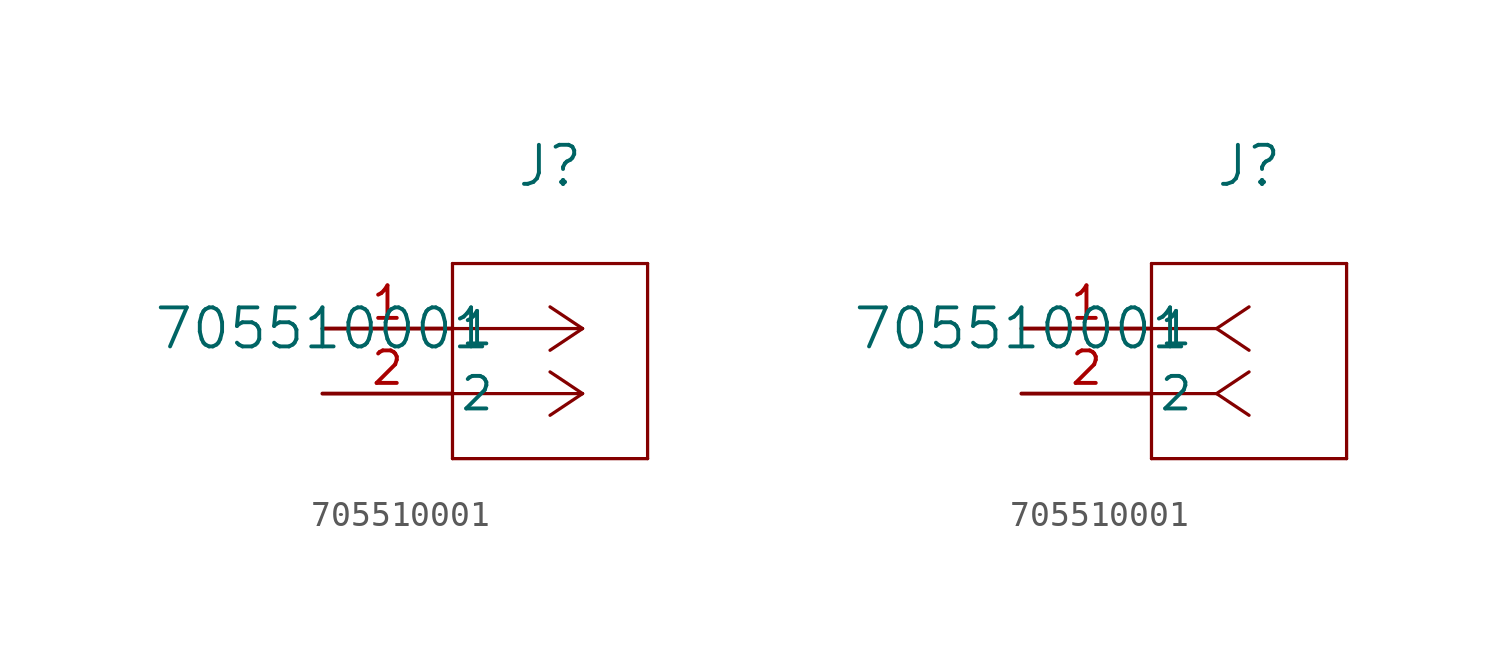
<source format=kicad_sym>
(kicad_symbol_lib
  (version 20211014)
  (generator kicad_symbol_editor)
  (symbol "705510001"
    (pin_names
      (offset 0.254))
    (property "Reference" "J"
      (at 8.89 6.35 0)
      (effects (font (size 1.524 1.524))))
    (property "Value" "705510001"
      (at 0 0 0)
      (effects (font (size 1.524 1.524))))
    (symbol "705510001_1_1"
      (polyline (pts (xy 10.16 0) (xy 5.08 0)) (stroke (width 0.127) (type default) (color 0 0 0 0)) (fill (type none)))
      (polyline (pts (xy 10.16 -2.54) (xy 5.08 -2.54)) (stroke (width 0.127) (type default) (color 0 0 0 0)) (fill (type none)))
      (polyline (pts (xy 10.16 0) (xy 8.89 0.847)) (stroke (width 0.127) (type default) (color 0 0 0 0)) (fill (type none)))
      (polyline (pts (xy 10.16 -2.54) (xy 8.89 -1.693)) (stroke (width 0.127) (type default) (color 0 0 0 0)) (fill (type none)))
      (polyline (pts (xy 10.16 0) (xy 8.89 -0.847)) (stroke (width 0.127) (type default) (color 0 0 0 0)) (fill (type none)))
      (polyline (pts (xy 10.16 -2.54) (xy 8.89 -3.387)) (stroke (width 0.127) (type default) (color 0 0 0 0)) (fill (type none)))
      (polyline (pts (xy 5.08 2.54) (xy 5.08 -5.08)) (stroke (width 0.127) (type default) (color 0 0 0 0)) (fill (type none)))
      (polyline (pts (xy 5.08 -5.08) (xy 12.7 -5.08)) (stroke (width 0.127) (type default) (color 0 0 0 0)) (fill (type none)))
      (polyline (pts (xy 12.7 -5.08) (xy 12.7 2.54)) (stroke (width 0.127) (type default) (color 0 0 0 0)) (fill (type none)))
      (polyline (pts (xy 12.7 2.54) (xy 5.08 2.54)) (stroke (width 0.127) (type default) (color 0 0 0 0)) (fill (type none)))
      (pin unspecified line (at 0 0 0) (length 5.08) (name "1" (effects (font (size 1.27 1.27)))) (number "1" (effects (font (size 1.27 1.27)))))
      (pin unspecified line (at 0 -2.54 0) (length 5.08) (name "2" (effects (font (size 1.27 1.27)))) (number "2" (effects (font (size 1.27 1.27))))))
    (symbol "705510001_1_2"
      (polyline (pts (xy 7.62 0) (xy 5.08 0)) (stroke (width 0.127) (type default) (color 0 0 0 0)) (fill (type none)))
      (polyline (pts (xy 7.62 -2.54) (xy 5.08 -2.54)) (stroke (width 0.127) (type default) (color 0 0 0 0)) (fill (type none)))
      (polyline (pts (xy 7.62 0) (xy 8.89 0.847)) (stroke (width 0.127) (type default) (color 0 0 0 0)) (fill (type none)))
      (polyline (pts (xy 7.62 -2.54) (xy 8.89 -1.693)) (stroke (width 0.127) (type default) (color 0 0 0 0)) (fill (type none)))
      (polyline (pts (xy 7.62 0) (xy 8.89 -0.847)) (stroke (width 0.127) (type default) (color 0 0 0 0)) (fill (type none)))
      (polyline (pts (xy 7.62 -2.54) (xy 8.89 -3.387)) (stroke (width 0.127) (type default) (color 0 0 0 0)) (fill (type none)))
      (polyline (pts (xy 5.08 2.54) (xy 5.08 -5.08)) (stroke (width 0.127) (type default) (color 0 0 0 0)) (fill (type none)))
      (polyline (pts (xy 5.08 -5.08) (xy 12.7 -5.08)) (stroke (width 0.127) (type default) (color 0 0 0 0)) (fill (type none)))
      (polyline (pts (xy 12.7 -5.08) (xy 12.7 2.54)) (stroke (width 0.127) (type default) (color 0 0 0 0)) (fill (type none)))
      (polyline (pts (xy 12.7 2.54) (xy 5.08 2.54)) (stroke (width 0.127) (type default) (color 0 0 0 0)) (fill (type none)))
      (pin unspecified line (at 0 0 0) (length 5.08) (name "1" (effects (font (size 1.27 1.27)))) (number "1" (effects (font (size 1.27 1.27)))))
      (pin unspecified line (at 0 -2.54 0) (length 5.08) (name "2" (effects (font (size 1.27 1.27)))) (number "2" (effects (font (size 1.27 1.27))))))))
</source>
